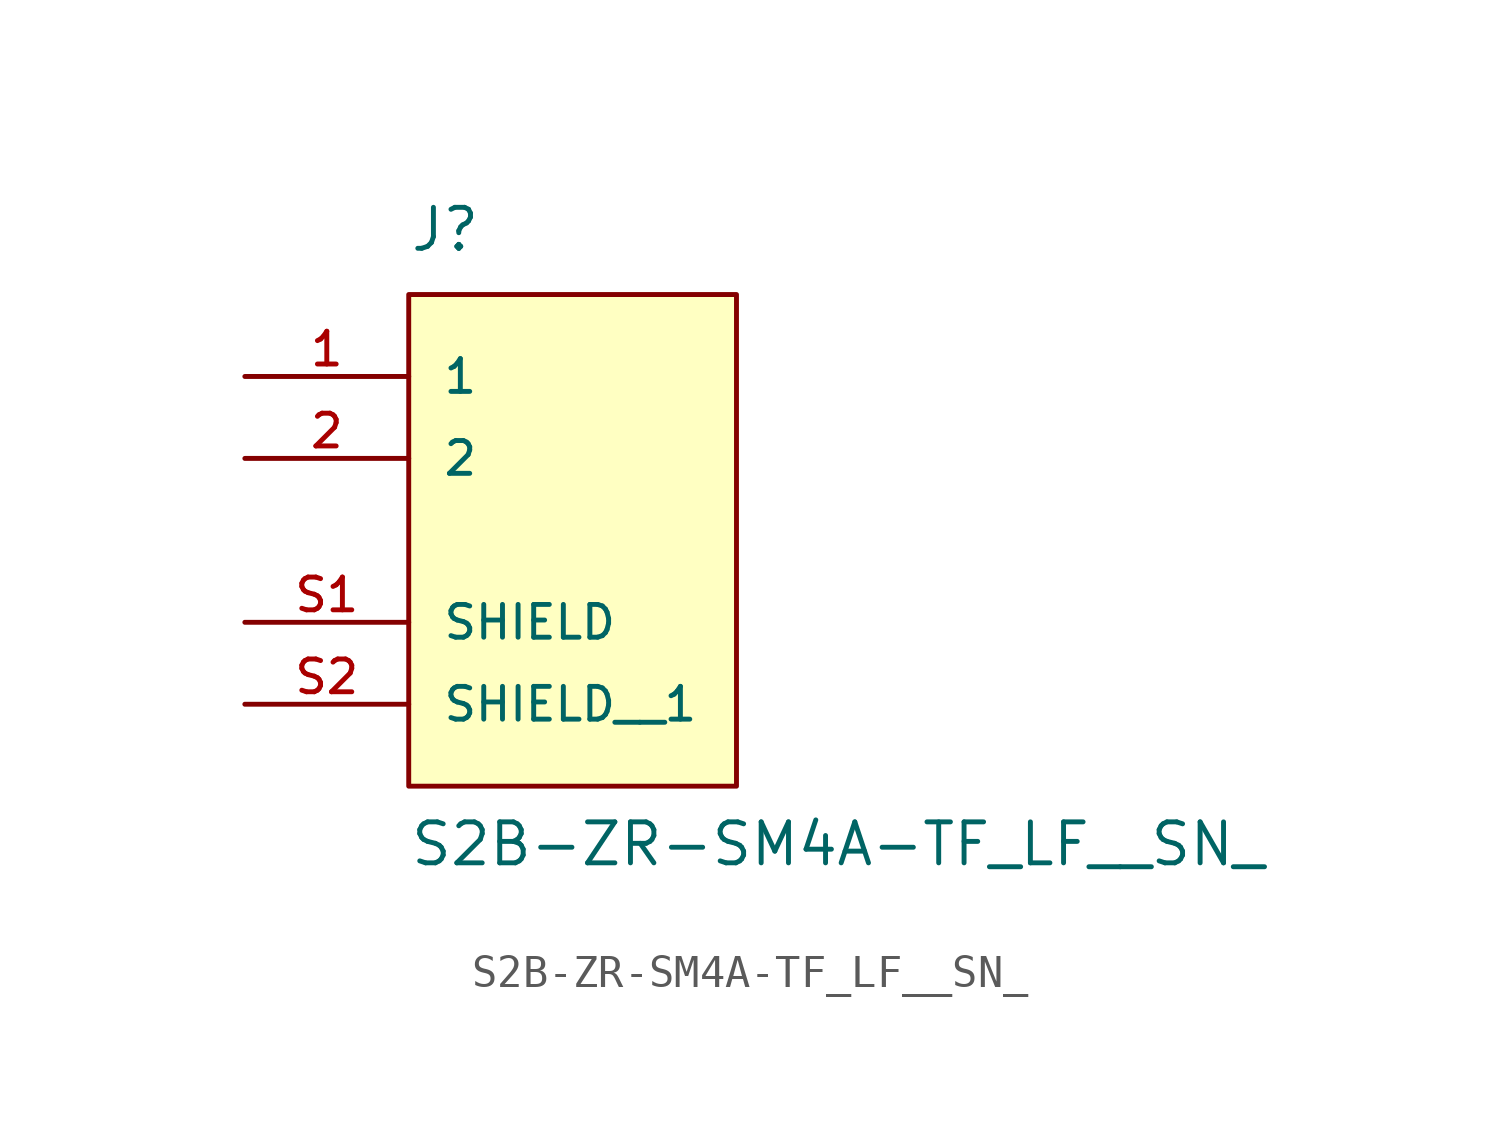
<source format=kicad_sym>
(kicad_symbol_lib
  (version 20211014)
  (generator kicad_symbol_editor)
  (symbol "S2B-ZR-SM4A-TF_LF__SN_"
    (pin_names
      (offset 1.016))
    (property "Reference" "J"
      (at -5.08 8.89 0)
      (effects (font (size 1.27 1.27)) (justify bottom left)))
    (property "Value" "S2B-ZR-SM4A-TF_LF__SN_"
      (at -5.08 -10.16 0)
      (effects (font (size 1.27 1.27)) (justify bottom left)))
    (symbol "S2B-ZR-SM4A-TF_LF__SN__0_0"
      (rectangle (start -5.08 -7.62) (end 5.08 7.62) (stroke (width 0.152)) (fill (type background)))
      (pin passive line (at -10.16 5.08 0) (length 5.08) (name "1" (effects (font (size 1.016 1.016)))) (number "1" (effects (font (size 1.016 1.016)))))
      (pin passive line (at -10.16 2.54 0) (length 5.08) (name "2" (effects (font (size 1.016 1.016)))) (number "2" (effects (font (size 1.016 1.016)))))
      (pin passive line (at -10.16 -2.54 0) (length 5.08) (name "SHIELD" (effects (font (size 1.016 1.016)))) (number "S1" (effects (font (size 1.016 1.016)))))
      (pin passive line (at -10.16 -5.08 0) (length 5.08) (name "SHIELD__1" (effects (font (size 1.016 1.016)))) (number "S2" (effects (font (size 1.016 1.016))))))))
</source>
